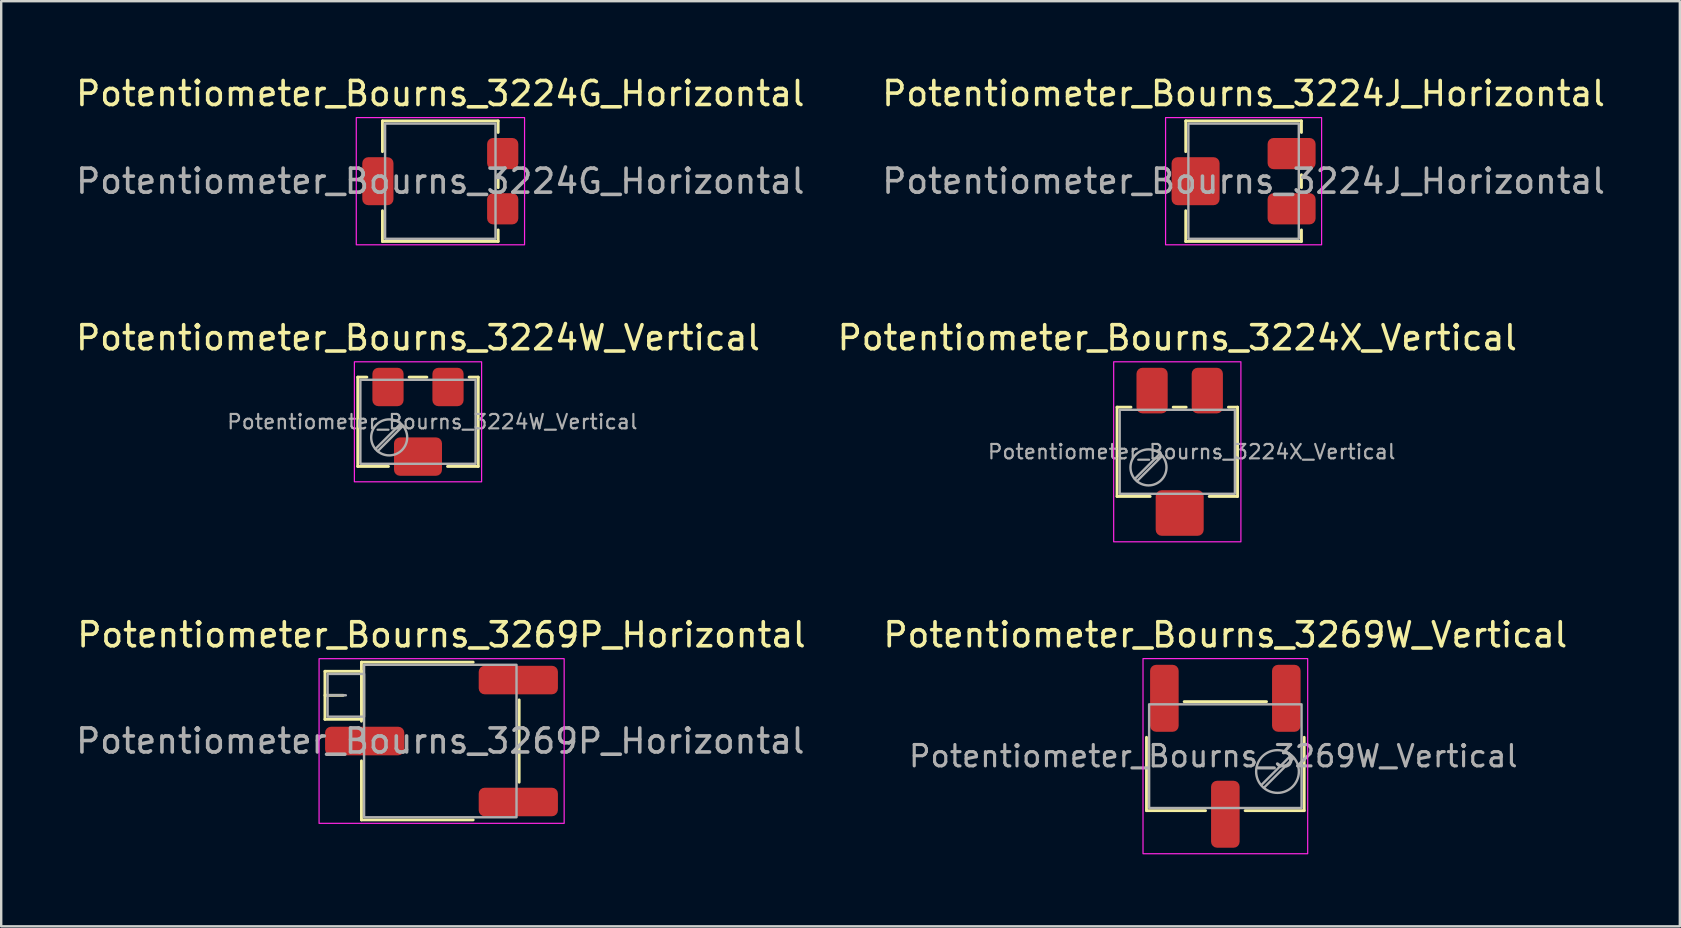
<source format=kicad_pcb>
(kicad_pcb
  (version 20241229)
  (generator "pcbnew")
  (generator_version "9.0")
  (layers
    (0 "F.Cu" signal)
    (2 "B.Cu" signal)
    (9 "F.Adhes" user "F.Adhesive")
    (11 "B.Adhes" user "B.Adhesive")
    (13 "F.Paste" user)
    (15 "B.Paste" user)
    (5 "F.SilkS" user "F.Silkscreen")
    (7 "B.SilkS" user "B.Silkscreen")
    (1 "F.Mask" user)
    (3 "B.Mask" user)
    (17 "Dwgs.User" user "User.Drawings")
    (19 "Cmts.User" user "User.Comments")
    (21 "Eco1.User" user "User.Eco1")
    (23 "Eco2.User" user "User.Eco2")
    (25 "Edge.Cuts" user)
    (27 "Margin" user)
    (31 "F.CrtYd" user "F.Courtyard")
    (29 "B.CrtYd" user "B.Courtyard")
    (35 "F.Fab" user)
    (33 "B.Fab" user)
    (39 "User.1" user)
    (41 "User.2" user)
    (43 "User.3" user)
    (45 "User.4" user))
  (footprint "Potentiometer_Bourns_3269P_Horizontal"
    (layer "F.Cu")
    (at 15.342 27.82)
    (property "Reference" "Potentiometer_Bourns_3269P_Horizontal" (at 0 -4.425 0) (layer "F.SilkS") (effects (font (size 1 1) (thickness 0.15))))
    (attr smd)
    (fp_line (start -4.855 -2.905) (end -4.855 -0.905) (stroke (width 0.12) (type solid)) (layer "F.SilkS"))
    (fp_line (start -4.855 -2.905) (end -3.335 -2.905) (stroke (width 0.12) (type solid)) (layer "F.SilkS"))
    (fp_line (start -4.855 -1.905) (end -4.095 -1.905) (stroke (width 0.12) (type solid)) (layer "F.SilkS"))
    (fp_line (start -4.855 -0.905) (end -3.335 -0.905) (stroke (width 0.12) (type solid)) (layer "F.SilkS"))
    (fp_line (start -3.335 -3.285) (end -3.335 -0.825) (stroke (width 0.12) (type solid)) (layer "F.SilkS"))
    (fp_line (start -3.335 -3.285) (end 1.32 -3.285) (stroke (width 0.12) (type solid)) (layer "F.SilkS"))
    (fp_line (start -3.335 -2.905) (end -3.335 -0.905) (stroke (width 0.12) (type solid)) (layer "F.SilkS"))
    (fp_line (start -3.335 0.825) (end -3.335 3.285) (stroke (width 0.12) (type solid)) (layer "F.SilkS"))
    (fp_line (start -3.335 3.285) (end 1.32 3.285) (stroke (width 0.12) (type solid)) (layer "F.SilkS"))
    (fp_line (start 3.235 -1.715) (end 3.235 1.715) (stroke (width 0.12) (type solid)) (layer "F.SilkS"))
    (fp_rect (start -5.1 -3.43) (end 5.11 3.43) (stroke (width 0.05) (type solid)) (fill no) (layer "F.CrtYd"))
    (fp_line (start -4.745 -1.905) (end -3.985 -1.905) (stroke (width 0.1) (type solid)) (layer "F.Fab"))
    (fp_rect (start -4.745 -2.795) (end -3.225 -1.015) (stroke (width 0.1) (type solid)) (fill no) (layer "F.Fab"))
    (fp_rect (start -3.225 -3.175) (end 3.125 3.175) (stroke (width 0.1) (type solid)) (fill no) (layer "F.Fab"))
    (fp_text user "${REFERENCE}" (at -0.05 0 0) (layer "F.Fab") (effects (font (size 1 1) (thickness 0.15))))
    (pad "1" smd roundrect (at 3.2 -2.54) (size 3.3 1.19) (layers "F.Cu" "F.Mask" "F.Paste") (roundrect_rratio 0.21))
    (pad "2" smd roundrect (at -3.2 0) (size 3.3 1.19) (layers "F.Cu" "F.Mask" "F.Paste") (roundrect_rratio 0.21))
    (pad "3" smd roundrect (at 3.2 2.54) (size 3.3 1.19) (layers "F.Cu" "F.Mask" "F.Paste") (roundrect_rratio 0.21)))
  (footprint "Potentiometer_Bourns_3224G_Horizontal"
    (layer "F.Cu")
    (at 15.292 4.498)
    (property "Reference" "Potentiometer_Bourns_3224G_Horizontal" (at 0 -3.65 0) (layer "F.SilkS") (effects (font (size 1 1) (thickness 0.15))))
    (attr smd)
    (fp_line (start -2.41 -2.51) (end -2.41 -1.23) (stroke (width 0.12) (type solid)) (layer "F.SilkS"))
    (fp_line (start -2.41 -2.51) (end 2.41 -2.51) (stroke (width 0.12) (type solid)) (layer "F.SilkS"))
    (fp_line (start -2.41 1.23) (end -2.41 2.51) (stroke (width 0.12) (type solid)) (layer "F.SilkS"))
    (fp_line (start -2.41 2.51) (end 2.41 2.51) (stroke (width 0.12) (type solid)) (layer "F.SilkS"))
    (fp_line (start 2.41 -2.51) (end 2.41 -2.03) (stroke (width 0.12) (type solid)) (layer "F.SilkS"))
    (fp_line (start 2.41 -0.27) (end 2.41 0.27) (stroke (width 0.12) (type solid)) (layer "F.SilkS"))
    (fp_line (start 2.41 2.03) (end 2.41 2.51) (stroke (width 0.12) (type solid)) (layer "F.SilkS"))
    (fp_rect (start -3.5 -2.65) (end 3.51 2.65) (stroke (width 0.05) (type solid)) (fill no) (layer "F.CrtYd"))
    (fp_rect (start -2.3 -2.4) (end 2.3 2.4) (stroke (width 0.1) (type solid)) (fill no) (layer "F.Fab"))
    (fp_text user "${REFERENCE}" (at 0 0 0) (layer "F.Fab") (effects (font (size 1 1) (thickness 0.15))))
    (pad "1" smd roundrect (at 2.6 -1.15) (size 1.3 1.3) (layers "F.Cu" "F.Mask" "F.Paste") (roundrect_rratio 0.192))
    (pad "2" smd roundrect (at -2.6 0) (size 1.3 2) (layers "F.Cu" "F.Mask" "F.Paste") (roundrect_rratio 0.192))
    (pad "3" smd roundrect (at 2.6 1.15) (size 1.3 1.3) (layers "F.Cu" "F.Mask" "F.Paste") (roundrect_rratio 0.192)))
  (footprint "Potentiometer_Bourns_3224W_Vertical"
    (layer "F.Cu")
    (at 14.363 14.521)
    (property "Reference" "Potentiometer_Bourns_3224W_Vertical" (at 0 -3.5 0) (layer "F.SilkS") (effects (font (size 1 1) (thickness 0.15))))
    (attr smd)
    (fp_line (start -2.51 -1.86) (end -2.51 1.86) (stroke (width 0.12) (type solid)) (layer "F.SilkS"))
    (fp_line (start -2.51 -1.86) (end -2.13 -1.86) (stroke (width 0.12) (type solid)) (layer "F.SilkS"))
    (fp_line (start -2.51 1.86) (end -1.23 1.86) (stroke (width 0.12) (type solid)) (layer "F.SilkS"))
    (fp_line (start -0.37 -1.86) (end 0.37 -1.86) (stroke (width 0.12) (type solid)) (layer "F.SilkS"))
    (fp_line (start 1.23 1.86) (end 2.51 1.86) (stroke (width 0.12) (type solid)) (layer "F.SilkS"))
    (fp_line (start 2.13 -1.86) (end 2.51 -1.86) (stroke (width 0.12) (type solid)) (layer "F.SilkS"))
    (fp_line (start 2.51 -1.86) (end 2.51 1.86) (stroke (width 0.12) (type solid)) (layer "F.SilkS"))
    (fp_rect (start -2.65 -2.5) (end 2.65 2.5) (stroke (width 0.05) (type solid)) (fill no) (layer "F.CrtYd"))
    (fp_line (start -0.723 0.081) (end -1.769 1.127) (stroke (width 0.1) (type solid)) (layer "F.Fab"))
    (fp_line (start -0.631 0.173) (end -1.677 1.219) (stroke (width 0.1) (type solid)) (layer "F.Fab"))
    (fp_rect (start -2.4 -1.75) (end 2.4 1.75) (stroke (width 0.1) (type solid)) (fill no) (layer "F.Fab"))
    (fp_circle (center -1.2 0.65) (end -0.45 0.65) (stroke (width 0.1) (type solid)) (fill no) (layer "F.Fab"))
    (fp_text user "${REFERENCE}" (at 0.6 0 0) (layer "F.Fab") (effects (font (size 0.6 0.6) (thickness 0.09))))
    (pad "1" smd roundrect (at 1.25 -1.45) (size 1.3 1.6) (layers "F.Cu" "F.Mask" "F.Paste") (roundrect_rratio 0.192))
    (pad "2" smd roundrect (at 0 1.45) (size 2 1.6) (layers "F.Cu" "F.Mask" "F.Paste") (roundrect_rratio 0.156))
    (pad "3" smd roundrect (at -1.25 -1.45) (size 1.3 1.6) (layers "F.Cu" "F.Mask" "F.Paste") (roundrect_rratio 0.192)))
  (footprint "Potentiometer_Bourns_3224X_Vertical"
    (layer "F.Cu")
    (at 46.094 15.771)
    (property "Reference" "Potentiometer_Bourns_3224X_Vertical" (at -0.1 -4.75 0) (layer "F.SilkS") (effects (font (size 1 1) (thickness 0.15))))
    (attr smd)
    (fp_line (start -2.61 -1.86) (end -2.61 1.86) (stroke (width 0.12) (type solid)) (layer "F.SilkS"))
    (fp_line (start -2.61 -1.86) (end -2.03 -1.86) (stroke (width 0.12) (type solid)) (layer "F.SilkS"))
    (fp_line (start -2.61 1.86) (end -1.23 1.86) (stroke (width 0.12) (type solid)) (layer "F.SilkS"))
    (fp_line (start -0.27 -1.86) (end 0.27 -1.86) (stroke (width 0.12) (type solid)) (layer "F.SilkS"))
    (fp_line (start 1.23 1.86) (end 2.41 1.86) (stroke (width 0.12) (type solid)) (layer "F.SilkS"))
    (fp_line (start 2.03 -1.86) (end 2.41 -1.86) (stroke (width 0.12) (type solid)) (layer "F.SilkS"))
    (fp_line (start 2.41 -1.86) (end 2.41 1.86) (stroke (width 0.12) (type solid)) (layer "F.SilkS"))
    (fp_rect (start -2.75 -3.75) (end 2.55 3.75) (stroke (width 0.05) (type solid)) (fill no) (layer "F.CrtYd"))
    (fp_line (start -0.823 0.081) (end -1.869 1.127) (stroke (width 0.1) (type solid)) (layer "F.Fab"))
    (fp_line (start -0.731 0.173) (end -1.777 1.219) (stroke (width 0.1) (type solid)) (layer "F.Fab"))
    (fp_rect (start -2.5 -1.75) (end 2.3 1.75) (stroke (width 0.1) (type solid)) (fill no) (layer "F.Fab"))
    (fp_circle (center -1.3 0.65) (end -0.55 0.65) (stroke (width 0.1) (type solid)) (fill no) (layer "F.Fab"))
    (fp_text user "${REFERENCE}" (at 0.5 0 0) (layer "F.Fab") (effects (font (size 0.6 0.6) (thickness 0.09))))
    (pad "1" smd roundrect (at 1.15 -2.55) (size 1.3 1.9) (layers "F.Cu" "F.Mask" "F.Paste") (roundrect_rratio 0.192))
    (pad "2" smd roundrect (at 0 2.55) (size 2 1.9) (layers "F.Cu" "F.Mask" "F.Paste") (roundrect_rratio 0.132))
    (pad "3" smd roundrect (at -1.15 -2.55) (size 1.3 1.9) (layers "F.Cu" "F.Mask" "F.Paste") (roundrect_rratio 0.192)))
  (footprint "Potentiometer_Bourns_3269W_Vertical"
    (layer "F.Cu")
    (at 47.996 28.455)
    (property "Reference" "Potentiometer_Bourns_3269W_Vertical" (at 0 -5.06 0) (layer "F.SilkS") (effects (font (size 1 1) (thickness 0.15))))
    (attr smd)
    (fp_line (start -3.285 -0.79) (end -3.285 2.265) (stroke (width 0.12) (type solid)) (layer "F.SilkS"))
    (fp_line (start -3.285 2.265) (end -0.825 2.265) (stroke (width 0.12) (type solid)) (layer "F.SilkS"))
    (fp_line (start -1.715 -2.275) (end 1.715 -2.275) (stroke (width 0.12) (type solid)) (layer "F.SilkS"))
    (fp_line (start 0.825 2.265) (end 3.285 2.265) (stroke (width 0.12) (type solid)) (layer "F.SilkS"))
    (fp_line (start 3.285 -0.79) (end 3.285 2.265) (stroke (width 0.12) (type solid)) (layer "F.SilkS"))
    (fp_rect (start -3.43 -4.07) (end 3.43 4.06) (stroke (width 0.05) (type solid)) (fill no) (layer "F.CrtYd"))
    (fp_line (start 2.739 -0.04) (end 1.498 1.201) (stroke (width 0.1) (type solid)) (layer "F.Fab"))
    (fp_line (start 2.848 0.069) (end 1.607 1.31) (stroke (width 0.1) (type solid)) (layer "F.Fab"))
    (fp_rect (start -3.175 -2.165) (end 3.175 2.155) (stroke (width 0.1) (type solid)) (fill no) (layer "F.Fab"))
    (fp_circle (center 2.173 0.635) (end 3.063 0.635) (stroke (width 0.1) (type solid)) (fill no) (layer "F.Fab"))
    (fp_text user "${REFERENCE}" (at -0.501 -0.005 0) (layer "F.Fab") (effects (font (size 0.89 0.89) (thickness 0.13))))
    (pad "1" smd roundrect (at 2.54 -2.415) (size 1.19 2.79) (layers "F.Cu" "F.Mask" "F.Paste") (roundrect_rratio 0.21))
    (pad "2" smd roundrect (at 0 2.415) (size 1.19 2.79) (layers "F.Cu" "F.Mask" "F.Paste") (roundrect_rratio 0.21))
    (pad "3" smd roundrect (at -2.54 -2.415) (size 1.19 2.79) (layers "F.Cu" "F.Mask" "F.Paste") (roundrect_rratio 0.21)))
  (footprint "Potentiometer_Bourns_3224J_Horizontal"
    (layer "F.Cu")
    (at 48.756 4.498)
    (property "Reference" "Potentiometer_Bourns_3224J_Horizontal" (at 0 -3.65 0) (layer "F.SilkS") (effects (font (size 1 1) (thickness 0.15))))
    (attr smd)
    (fp_line (start -2.41 -2.51) (end -2.41 -1.23) (stroke (width 0.12) (type solid)) (layer "F.SilkS"))
    (fp_line (start -2.41 -2.51) (end 2.41 -2.51) (stroke (width 0.12) (type solid)) (layer "F.SilkS"))
    (fp_line (start -2.41 1.23) (end -2.41 2.51) (stroke (width 0.12) (type solid)) (layer "F.SilkS"))
    (fp_line (start -2.41 2.51) (end 2.41 2.51) (stroke (width 0.12) (type solid)) (layer "F.SilkS"))
    (fp_line (start 2.41 -2.51) (end 2.41 -2.03) (stroke (width 0.12) (type solid)) (layer "F.SilkS"))
    (fp_line (start 2.41 -0.27) (end 2.41 0.27) (stroke (width 0.12) (type solid)) (layer "F.SilkS"))
    (fp_line (start 2.41 2.03) (end 2.41 2.51) (stroke (width 0.12) (type solid)) (layer "F.SilkS"))
    (fp_rect (start -3.25 -2.65) (end 3.25 2.65) (stroke (width 0.05) (type solid)) (fill no) (layer "F.CrtYd"))
    (fp_rect (start -2.3 -2.4) (end 2.3 2.4) (stroke (width 0.1) (type solid)) (fill no) (layer "F.Fab"))
    (fp_text user "${REFERENCE}" (at 0 0 0) (layer "F.Fab") (effects (font (size 1 1) (thickness 0.15))))
    (pad "1" smd roundrect (at 2 -1.15) (size 2 1.3) (layers "F.Cu" "F.Mask" "F.Paste") (roundrect_rratio 0.192))
    (pad "2" smd roundrect (at -2 0) (size 2 2) (layers "F.Cu" "F.Mask" "F.Paste") (roundrect_rratio 0.125))
    (pad "3" smd roundrect (at 2 1.15) (size 2 1.3) (layers "F.Cu" "F.Mask" "F.Paste") (roundrect_rratio 0.192)))
  (gr_rect
    (start -3 -3)
    (end 66.929 35.54)
    (stroke (width 0.1) (type default))
    (fill no)
    (layer "Edge.Cuts")))
</source>
